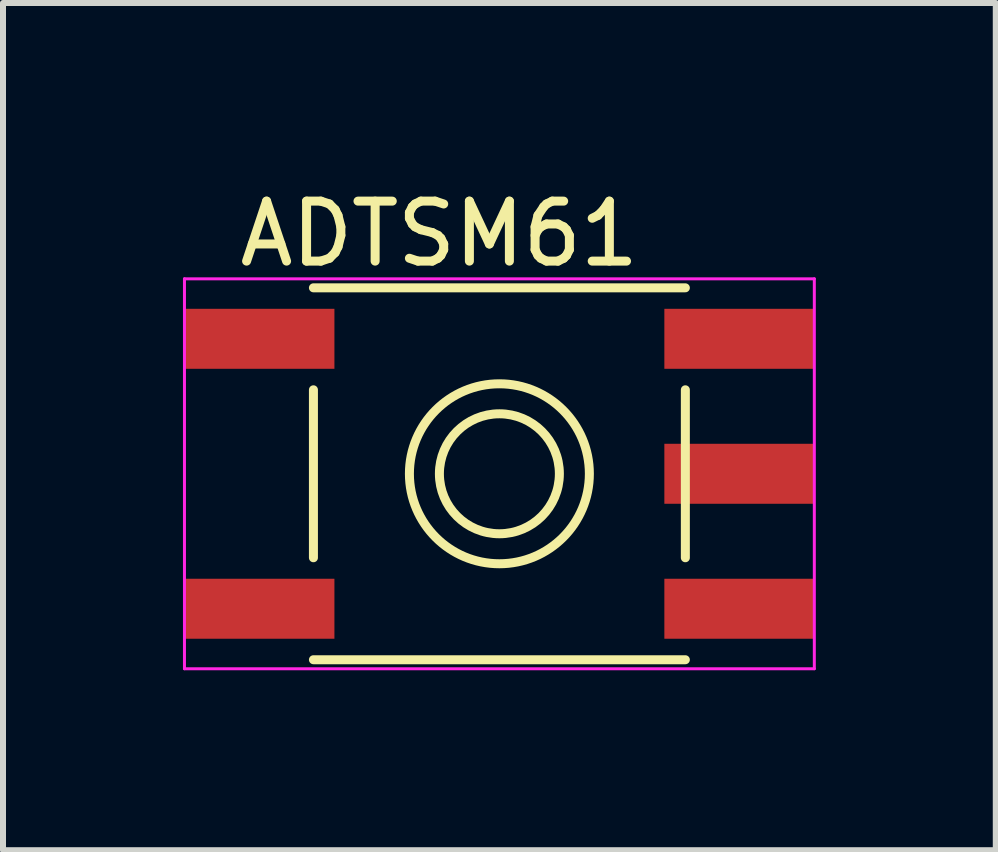
<source format=kicad_pcb>
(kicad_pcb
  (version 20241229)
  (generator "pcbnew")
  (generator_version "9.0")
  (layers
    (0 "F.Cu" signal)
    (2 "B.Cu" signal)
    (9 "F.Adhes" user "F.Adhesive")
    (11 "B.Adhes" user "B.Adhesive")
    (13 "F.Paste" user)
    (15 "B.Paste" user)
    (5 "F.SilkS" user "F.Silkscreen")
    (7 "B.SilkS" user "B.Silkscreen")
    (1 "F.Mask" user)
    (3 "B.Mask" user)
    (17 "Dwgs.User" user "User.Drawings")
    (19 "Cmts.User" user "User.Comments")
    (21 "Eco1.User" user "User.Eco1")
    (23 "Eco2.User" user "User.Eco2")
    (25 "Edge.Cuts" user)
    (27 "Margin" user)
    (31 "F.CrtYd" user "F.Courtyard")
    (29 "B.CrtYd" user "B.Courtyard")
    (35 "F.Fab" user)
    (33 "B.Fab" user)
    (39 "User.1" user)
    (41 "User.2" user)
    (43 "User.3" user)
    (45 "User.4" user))
  (footprint "ADTSM61"
    (layer "F.Cu")
    (at 5.275 4.848)
    (property "Reference" "ADTSM61" (at -1 -4 0) (layer "F.SilkS") (effects (font (size 1 1) (thickness 0.15))))
    (attr smd)
    (fp_line (start -3.1 -1.4) (end -3.1 1.4) (stroke (width 0.15) (type solid)) (layer "F.SilkS"))
    (fp_line (start -3.1 3.1) (end 3.1 3.1) (stroke (width 0.15) (type solid)) (layer "F.SilkS"))
    (fp_line (start 3.1 -3.1) (end -3.1 -3.1) (stroke (width 0.15) (type solid)) (layer "F.SilkS"))
    (fp_line (start 3.1 -1.4) (end 3.1 1.4) (stroke (width 0.15) (type solid)) (layer "F.SilkS"))
    (fp_circle (center 0 0) (end 1 0) (stroke (width 0.15) (type solid)) (fill no) (layer "F.SilkS"))
    (fp_circle (center 0 0) (end 1.5 0) (stroke (width 0.15) (type solid)) (fill no) (layer "F.SilkS"))
    (fp_line (start -5.25 -3.25) (end 5.25 -3.25) (stroke (width 0.05) (type solid)) (layer "F.CrtYd"))
    (fp_line (start -5.25 3.25) (end -5.25 -3.25) (stroke (width 0.05) (type solid)) (layer "F.CrtYd"))
    (fp_line (start 5.25 -3.25) (end 5.25 3.25) (stroke (width 0.05) (type solid)) (layer "F.CrtYd"))
    (fp_line (start 5.25 3.25) (end -5.25 3.25) (stroke (width 0.05) (type solid)) (layer "F.CrtYd"))
    (pad "" smd rect (at 4 0) (size 2.5 1) (layers "F.Cu" "F.Mask" "F.Paste"))
    (pad "1" smd rect (at -4 -2.25) (size 2.5 1) (layers "F.Cu" "F.Mask" "F.Paste"))
    (pad "1" smd rect (at 4 -2.25) (size 2.5 1) (layers "F.Cu" "F.Mask" "F.Paste"))
    (pad "2" smd rect (at -4 2.25) (size 2.5 1) (layers "F.Cu" "F.Mask" "F.Paste"))
    (pad "2" smd rect (at 4 2.25) (size 2.5 1) (layers "F.Cu" "F.Mask" "F.Paste")))
  (gr_rect
    (start -3 -3)
    (end 13.55 11.123)
    (stroke (width 0.1) (type default))
    (fill no)
    (layer "Edge.Cuts")))
</source>
